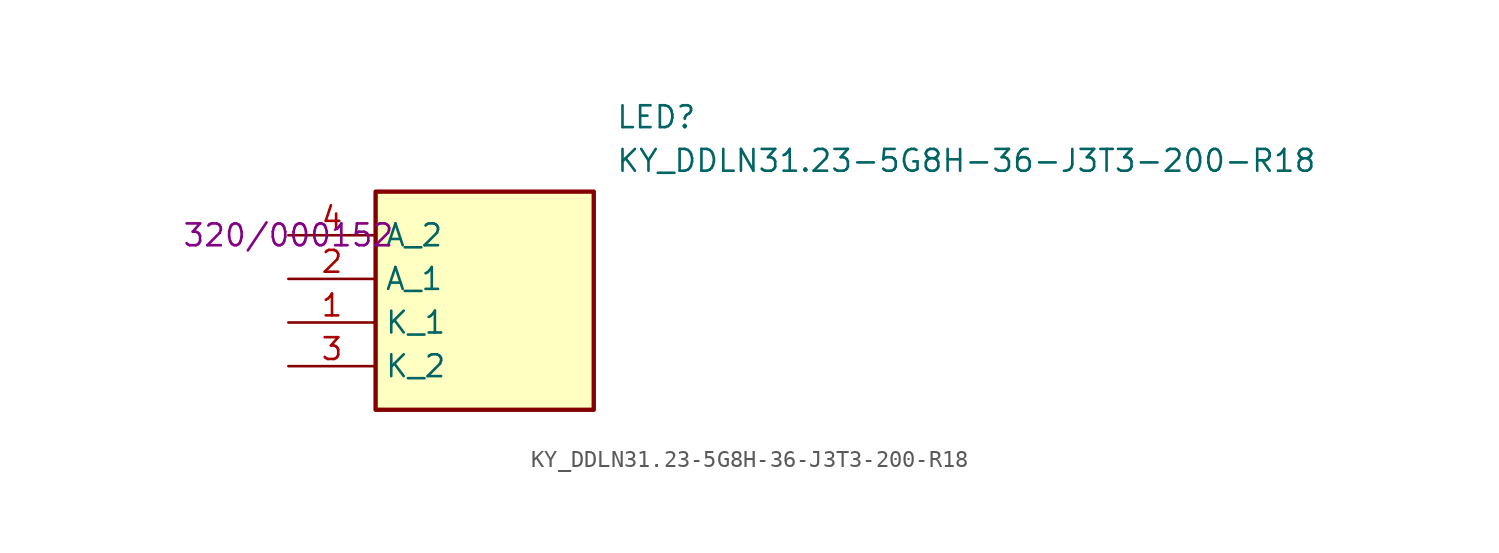
<source format=kicad_sym>
(kicad_symbol_lib
  (version 20231120)
  (generator "kicad_symbol_editor")
  (generator_version "8.0")
  (symbol "KY_DDLN31.23-5G8H-36-J3T3-200-R18"
    (property "Reference" "LED"
      (at 19.05 7.62 0)
      (effects (font (size 1.27 1.27)) (justify left top)))
    (property "Value" "KY_DDLN31.23-5G8H-36-J3T3-200-R18"
      (at 19.05 5.08 0)
      (effects (font (size 1.27 1.27)) (justify left top)))
    (property "ERP" "320/000152"
      (at 0 0 0)
      (effects (font (size 1.27 1.27))))
    (property "link" ""
      (at 0 0 0)
      (effects (font (size 1.27 1.27))))
    (symbol "KY_DDLN31.23-5G8H-36-J3T3-200-R18_1_1"
      (rectangle (start 5.08 2.54) (end 17.78 -10.16) (stroke (width 0.254) (type default)) (fill (type background)))
      (pin passive line (at 0 -5.08 0) (length 5.08) (name "K_1" (effects (font (size 1.27 1.27)))) (number "1" (effects (font (size 1.27 1.27)))))
      (pin passive line (at 0 -2.54 0) (length 5.08) (name "A_1" (effects (font (size 1.27 1.27)))) (number "2" (effects (font (size 1.27 1.27)))))
      (pin passive line (at 0 -7.62 0) (length 5.08) (name "K_2" (effects (font (size 1.27 1.27)))) (number "3" (effects (font (size 1.27 1.27)))))
      (pin passive line (at 0 0 0) (length 5.08) (name "A_2" (effects (font (size 1.27 1.27)))) (number "4" (effects (font (size 1.27 1.27))))))))
</source>
